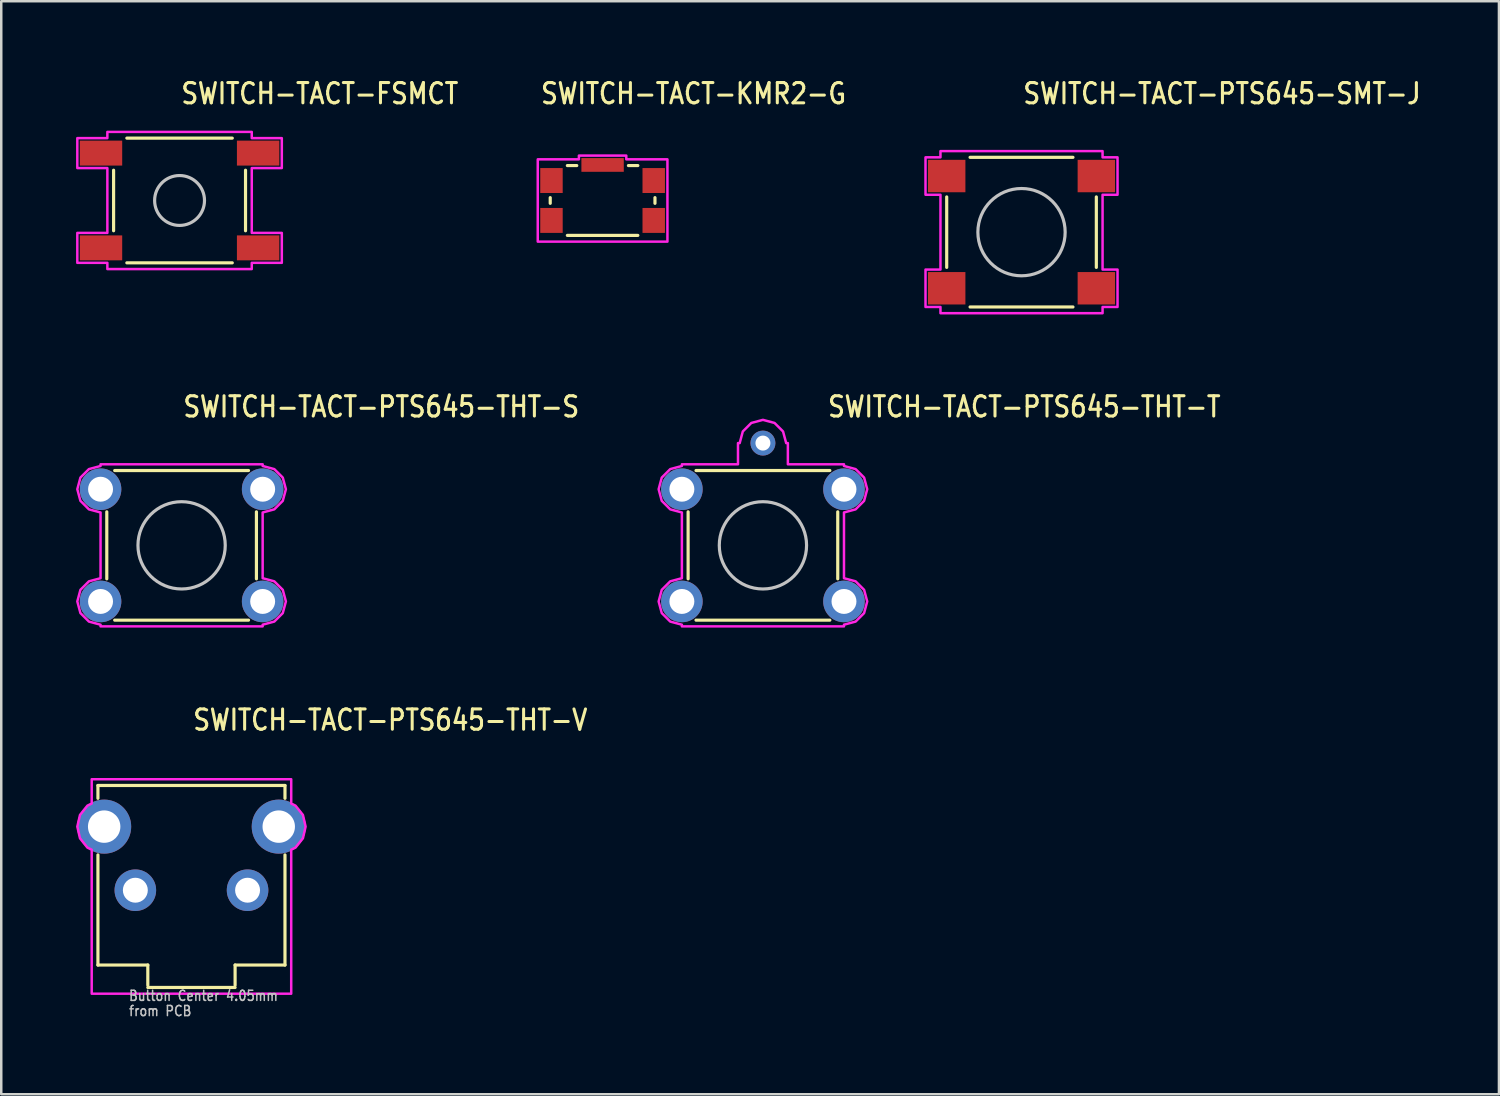
<source format=kicad_pcb>
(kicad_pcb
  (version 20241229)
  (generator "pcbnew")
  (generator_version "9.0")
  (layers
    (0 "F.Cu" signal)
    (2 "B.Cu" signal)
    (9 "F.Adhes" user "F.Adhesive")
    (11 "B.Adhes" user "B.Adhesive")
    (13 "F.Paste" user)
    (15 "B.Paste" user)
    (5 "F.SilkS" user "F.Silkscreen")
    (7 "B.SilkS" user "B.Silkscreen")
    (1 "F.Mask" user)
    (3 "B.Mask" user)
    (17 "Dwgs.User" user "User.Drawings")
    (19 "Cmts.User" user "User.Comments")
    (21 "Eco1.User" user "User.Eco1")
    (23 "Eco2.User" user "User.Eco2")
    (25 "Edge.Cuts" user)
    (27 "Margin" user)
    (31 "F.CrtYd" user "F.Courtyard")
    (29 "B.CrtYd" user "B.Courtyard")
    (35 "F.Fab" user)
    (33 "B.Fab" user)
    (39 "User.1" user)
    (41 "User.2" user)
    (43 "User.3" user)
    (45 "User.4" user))
  (footprint "SWITCH-TACT-PTS645-SMT-J"
    (layer "F.Cu")
    (at 37.911 6.259)
    (property "Reference" "SWITCH-TACT-PTS645-SMT-J" (at 0 -5.08 0) (unlocked yes) (layer "F.SilkS") (effects (font (size 0.813 0.695) (thickness 0.122)) (justify left bottom)))
    (fp_line (start -3 -1.413) (end -3 1.413) (stroke (width 0.127) (type solid)) (layer "F.SilkS"))
    (fp_line (start -2.063 -3) (end 2.063 -3) (stroke (width 0.127) (type solid)) (layer "F.SilkS"))
    (fp_line (start -2.063 3) (end 2.063 3) (stroke (width 0.127) (type solid)) (layer "F.SilkS"))
    (fp_line (start 3 -1.413) (end 3 1.413) (stroke (width 0.127) (type solid)) (layer "F.SilkS"))
    (fp_circle (center 0 0) (end 1.75 0) (stroke (width 0.127) (type solid)) (fill no) (layer "Dwgs.User"))
    (fp_poly (pts (xy -3.85 -3) (xy -3.25 -3) (xy -3.25 -3.25) (xy 3.25 -3.25) (xy 3.25 -3) (xy 3.85 -3) (xy 3.85 -1.5) (xy 3.25 -1.5) (xy 3.25 1.5) (xy 3.85 1.5) (xy 3.85 3) (xy 3.25 3) (xy 3.25 3.25) (xy -3.25 3.25) (xy -3.25 3) (xy -3.85 3) (xy -3.85 1.5) (xy -3.25 1.5) (xy -3.25 -1.5) (xy -3.85 -1.5)) (stroke (width 0.1) (type solid)) (fill no) (layer "F.CrtYd"))
    (pad "A" smd rect (at -3 -2.25) (size 1.5 1.3) (layers "F.Cu" "F.Mask" "F.Paste"))
    (pad "B" smd rect (at 3 -2.25) (size 1.5 1.3) (layers "F.Cu" "F.Mask" "F.Paste"))
    (pad "C" smd rect (at -3 2.25) (size 1.5 1.3) (layers "F.Cu" "F.Mask" "F.Paste"))
    (pad "D" smd rect (at 3 2.25) (size 1.5 1.3) (layers "F.Cu" "F.Mask" "F.Paste")))
  (footprint "SWITCH-TACT-PTS645-THT-V"
    (layer "F.Cu")
    (at 4.627 32.646)
    (property "Reference" "SWITCH-TACT-PTS645-THT-V" (at 0 -6.35 0) (unlocked yes) (layer "F.SilkS") (effects (font (size 0.813 0.695) (thickness 0.122)) (justify left bottom)))
    (fp_line (start -3.75 -4.2) (end -3.75 -3.684) (stroke (width 0.127) (type solid)) (layer "F.SilkS"))
    (fp_line (start -3.75 -4.2) (end 3.75 -4.2) (stroke (width 0.127) (type solid)) (layer "F.SilkS"))
    (fp_line (start -3.75 -1.416) (end -3.75 3) (stroke (width 0.127) (type solid)) (layer "F.SilkS"))
    (fp_line (start -3.75 3) (end -1.75 3) (stroke (width 0.127) (type solid)) (layer "F.SilkS"))
    (fp_line (start -1.75 3) (end -1.75 3.81) (stroke (width 0.127) (type solid)) (layer "F.SilkS"))
    (fp_line (start -1.75 3.9) (end 1.75 3.9) (stroke (width 0.127) (type solid)) (layer "F.SilkS"))
    (fp_line (start 1.75 3) (end 1.75 3.81) (stroke (width 0.127) (type solid)) (layer "F.SilkS"))
    (fp_line (start 3.75 -4.2) (end 3.75 -3.684) (stroke (width 0.127) (type solid)) (layer "F.SilkS"))
    (fp_line (start 3.75 -1.416) (end 3.75 3) (stroke (width 0.127) (type solid)) (layer "F.SilkS"))
    (fp_line (start 3.75 3) (end 1.75 3) (stroke (width 0.127) (type solid)) (layer "F.SilkS"))
    (fp_poly (pts (xy -4 -3.475) (xy -4 -4.45) (xy 4 -4.45) (xy 4 -3.475) (xy 4.171 -3.392) (xy 4.47 -3.017) (xy 4.577 -2.55) (xy 4.47 -2.083) (xy 4.171 -1.708) (xy 4 -1.625) (xy 4 4.15) (xy -4 4.15) (xy -4 -1.625) (xy -4.171 -1.708) (xy -4.47 -2.083) (xy -4.577 -2.55) (xy -4.47 -3.017) (xy -4.171 -3.392)) (stroke (width 0.1) (type solid)) (fill no) (layer "F.CrtYd"))
    (fp_text user "from PCB " (at -2.54 5.08 0) (unlocked yes) (layer "Dwgs.User") (effects (font (size 0.406 0.347) (thickness 0.061)) (justify left bottom)))
    (fp_text user "Button Center 4.05mm" (at -2.54 4.47 0) (unlocked yes) (layer "Dwgs.User") (effects (font (size 0.406 0.347) (thickness 0.061)) (justify left bottom)))
    (pad "P$1" thru_hole oval (at -2.25 0) (size 1.667 1.667) (drill 1) (layers "*.Cu" "*.Mask"))
    (pad "P$2" thru_hole oval (at 2.25 0) (size 1.667 1.667) (drill 1) (layers "*.Cu" "*.Mask"))
    (pad "SHELL1" thru_hole oval (at -3.5 -2.55) (size 2.167 2.167) (drill 1.3) (layers "*.Cu" "*.Mask"))
    (pad "SHELL2" thru_hole oval (at 3.5 -2.55) (size 2.167 2.167) (drill 1.3) (layers "*.Cu" "*.Mask")))
  (footprint "SWITCH-TACT-PTS645-THT-T"
    (layer "F.Cu")
    (at 27.542 18.817)
    (property "Reference" "SWITCH-TACT-PTS645-THT-T" (at 2.54 -5.08 0) (unlocked yes) (layer "F.SilkS") (effects (font (size 0.813 0.695) (thickness 0.122)) (justify left bottom)))
    (fp_line (start -3 -1.343) (end -3 1.343) (stroke (width 0.127) (type solid)) (layer "F.SilkS"))
    (fp_line (start -2.683 -3) (end 2.683 -3) (stroke (width 0.127) (type solid)) (layer "F.SilkS"))
    (fp_line (start -2.683 3) (end 2.683 3) (stroke (width 0.127) (type solid)) (layer "F.SilkS"))
    (fp_line (start 3 -1.343) (end 3 1.343) (stroke (width 0.127) (type solid)) (layer "F.SilkS"))
    (fp_circle (center 0 0) (end 1.75 0) (stroke (width 0.127) (type solid)) (fill no) (layer "Dwgs.User"))
    (fp_poly (pts (xy -3.25 -3.182) (xy -3.25 -3.25) (xy -1 -3.25) (xy -1 -4.1) (xy -0.932 -4.1) (xy -0.807 -4.566) (xy -0.466 -4.907) (xy 0 -5.032) (xy 0.466 -4.907) (xy 0.807 -4.566) (xy 0.932 -4.1) (xy 1 -4.1) (xy 1 -3.25) (xy 3.25 -3.25) (xy 3.25 -3.182) (xy 3.716 -3.057) (xy 4.057 -2.716) (xy 4.182 -2.25) (xy 4.057 -1.784) (xy 3.716 -1.443) (xy 3.25 -1.318) (xy 3.25 1.318) (xy 3.716 1.443) (xy 4.057 1.784) (xy 4.182 2.25) (xy 4.057 2.716) (xy 3.716 3.057) (xy 3.25 3.182) (xy 3.25 3.25) (xy -3.25 3.25) (xy -3.25 3.182) (xy -3.716 3.057) (xy -4.057 2.716) (xy -4.182 2.25) (xy -4.057 1.784) (xy -3.716 1.443) (xy -3.25 1.318) (xy -3.25 -1.318) (xy -3.716 -1.443) (xy -4.057 -1.784) (xy -4.182 -2.25) (xy -4.057 -2.716) (xy -3.716 -3.057)) (stroke (width 0.1) (type solid)) (fill no) (layer "F.CrtYd"))
    (pad "P$1" thru_hole oval (at -3.25 -2.25) (size 1.667 1.667) (drill 1) (layers "*.Cu" "*.Mask"))
    (pad "P$2" thru_hole oval (at 3.25 -2.25) (size 1.667 1.667) (drill 1) (layers "*.Cu" "*.Mask"))
    (pad "P$3" thru_hole oval (at -3.25 2.25) (size 1.667 1.667) (drill 1) (layers "*.Cu" "*.Mask"))
    (pad "P$4" thru_hole oval (at 3.25 2.25) (size 1.667 1.667) (drill 1) (layers "*.Cu" "*.Mask"))
    (pad "P$5" thru_hole oval (at 0 -4.1) (size 1 1) (drill 0.6) (layers "*.Cu" "*.Mask")))
  (footprint "SWITCH-TACT-KMR2-G"
    (layer "F.Cu")
    (at 21.113 4.989)
    (property "Reference" "SWITCH-TACT-KMR2-G" (at -2.54 -3.81 0) (unlocked yes) (layer "F.SilkS") (effects (font (size 0.813 0.695) (thickness 0.122)) (justify left bottom)))
    (fp_line (start -2.1 -0.114) (end -2.1 0.114) (stroke (width 0.127) (type solid)) (layer "F.SilkS"))
    (fp_line (start -1.413 -1.4) (end -1.036 -1.4) (stroke (width 0.127) (type solid)) (layer "F.SilkS"))
    (fp_line (start 1.036 -1.4) (end 1.413 -1.4) (stroke (width 0.127) (type solid)) (layer "F.SilkS"))
    (fp_line (start 1.413 1.4) (end -1.413 1.4) (stroke (width 0.127) (type solid)) (layer "F.SilkS"))
    (fp_line (start 2.1 -0.114) (end 2.1 0.114) (stroke (width 0.127) (type solid)) (layer "F.SilkS"))
    (fp_poly (pts (xy -2.6 -1.65) (xy -0.95 -1.65) (xy -0.95 -1.8) (xy 0.95 -1.8) (xy 0.95 -1.65) (xy 2.6 -1.65) (xy 2.6 1.65) (xy -2.6 1.65)) (stroke (width 0.1) (type solid)) (fill no) (layer "F.CrtYd"))
    (pad "P$1" smd rect (at 2.05 -0.8) (size 0.9 1) (layers "F.Cu" "F.Mask" "F.Paste"))
    (pad "P$2" smd rect (at 2.05 0.8) (size 0.9 1) (layers "F.Cu" "F.Mask" "F.Paste"))
    (pad "P$3" smd rect (at -2.05 0.8) (size 0.9 1) (layers "F.Cu" "F.Mask" "F.Paste"))
    (pad "P$4" smd rect (at -2.05 -0.8) (size 0.9 1) (layers "F.Cu" "F.Mask" "F.Paste"))
    (pad "P$5" smd rect (at 0 -1.425) (size 1.7 0.55) (layers "F.Cu" "F.Mask" "F.Paste")))
  (footprint "SWITCH-TACT-PTS645-THT-S"
    (layer "F.Cu")
    (at 4.232 18.817)
    (property "Reference" "SWITCH-TACT-PTS645-THT-S" (at 0 -5.08 0) (unlocked yes) (layer "F.SilkS") (effects (font (size 0.813 0.695) (thickness 0.122)) (justify left bottom)))
    (fp_line (start -3 -1.343) (end -3 1.343) (stroke (width 0.127) (type solid)) (layer "F.SilkS"))
    (fp_line (start -2.683 -3) (end 2.683 -3) (stroke (width 0.127) (type solid)) (layer "F.SilkS"))
    (fp_line (start -2.683 3) (end 2.683 3) (stroke (width 0.127) (type solid)) (layer "F.SilkS"))
    (fp_line (start 3 -1.343) (end 3 1.343) (stroke (width 0.127) (type solid)) (layer "F.SilkS"))
    (fp_circle (center 0 0) (end 1.75 0) (stroke (width 0.127) (type solid)) (fill no) (layer "Dwgs.User"))
    (fp_poly (pts (xy -3.25 -3.182) (xy -3.25 -3.25) (xy 3.25 -3.25) (xy 3.25 -3.182) (xy 3.716 -3.057) (xy 4.057 -2.716) (xy 4.182 -2.25) (xy 4.057 -1.784) (xy 3.716 -1.443) (xy 3.25 -1.318) (xy 3.25 1.318) (xy 3.716 1.443) (xy 4.057 1.784) (xy 4.182 2.25) (xy 4.057 2.716) (xy 3.716 3.057) (xy 3.25 3.182) (xy 3.25 3.25) (xy -3.25 3.25) (xy -3.25 3.182) (xy -3.716 3.057) (xy -4.057 2.716) (xy -4.182 2.25) (xy -4.057 1.784) (xy -3.716 1.443) (xy -3.25 1.318) (xy -3.25 -1.318) (xy -3.716 -1.443) (xy -4.057 -1.784) (xy -4.182 -2.25) (xy -4.057 -2.716) (xy -3.716 -3.057)) (stroke (width 0.1) (type solid)) (fill no) (layer "F.CrtYd"))
    (pad "P$1" thru_hole oval (at -3.25 -2.25) (size 1.667 1.667) (drill 1) (layers "*.Cu" "*.Mask"))
    (pad "P$2" thru_hole oval (at 3.25 -2.25) (size 1.667 1.667) (drill 1) (layers "*.Cu" "*.Mask"))
    (pad "P$3" thru_hole oval (at -3.25 2.25) (size 1.667 1.667) (drill 1) (layers "*.Cu" "*.Mask"))
    (pad "P$4" thru_hole oval (at 3.25 2.25) (size 1.667 1.667) (drill 1) (layers "*.Cu" "*.Mask")))
  (footprint "SWITCH-TACT-FSMCT"
    (layer "F.Cu")
    (at 4.15 4.989)
    (property "Reference" "SWITCH-TACT-FSMCT" (at 0 -3.81 0) (unlocked yes) (layer "F.SilkS") (effects (font (size 0.813 0.695) (thickness 0.122)) (justify left bottom)))
    (fp_line (start -2.645 -1.214) (end -2.645 1.214) (stroke (width 0.127) (type solid)) (layer "F.SilkS"))
    (fp_line (start -2.114 -2.5) (end 2.114 -2.5) (stroke (width 0.127) (type solid)) (layer "F.SilkS"))
    (fp_line (start -2.114 2.5) (end 2.114 2.5) (stroke (width 0.127) (type solid)) (layer "F.SilkS"))
    (fp_line (start 2.645 -1.214) (end 2.645 1.214) (stroke (width 0.127) (type solid)) (layer "F.SilkS"))
    (fp_circle (center 0 0) (end 1 0) (stroke (width 0.127) (type solid)) (fill no) (layer "Dwgs.User"))
    (fp_poly (pts (xy -4.1 -1.3) (xy -2.895 -1.3) (xy -2.895 1.3) (xy -4.1 1.3) (xy -4.1 2.5) (xy -2.895 2.5) (xy -2.895 2.75) (xy 2.895 2.75) (xy 2.895 2.5) (xy 4.1 2.5) (xy 4.1 1.3) (xy 2.895 1.3) (xy 2.895 -1.3) (xy 4.1 -1.3) (xy 4.1 -2.5) (xy 2.895 -2.5) (xy 2.895 -2.75) (xy -2.895 -2.75) (xy -2.895 -2.5) (xy -4.1 -2.5)) (stroke (width 0.1) (type solid)) (fill no) (layer "F.CrtYd"))
    (pad "P$1" smd rect (at -3.15 -1.9) (size 1.7 1) (layers "F.Cu" "F.Mask" "F.Paste"))
    (pad "P$2" smd rect (at 3.15 -1.9) (size 1.7 1) (layers "F.Cu" "F.Mask" "F.Paste"))
    (pad "P$3" smd rect (at -3.15 1.9) (size 1.7 1) (layers "F.Cu" "F.Mask" "F.Paste"))
    (pad "P$4" smd rect (at 3.15 1.9) (size 1.7 1) (layers "F.Cu" "F.Mask" "F.Paste")))
  (gr_rect
    (start -3 -3)
    (end 57.055 40.826)
    (stroke (width 0.1) (type default))
    (fill no)
    (layer "Edge.Cuts")))
</source>
